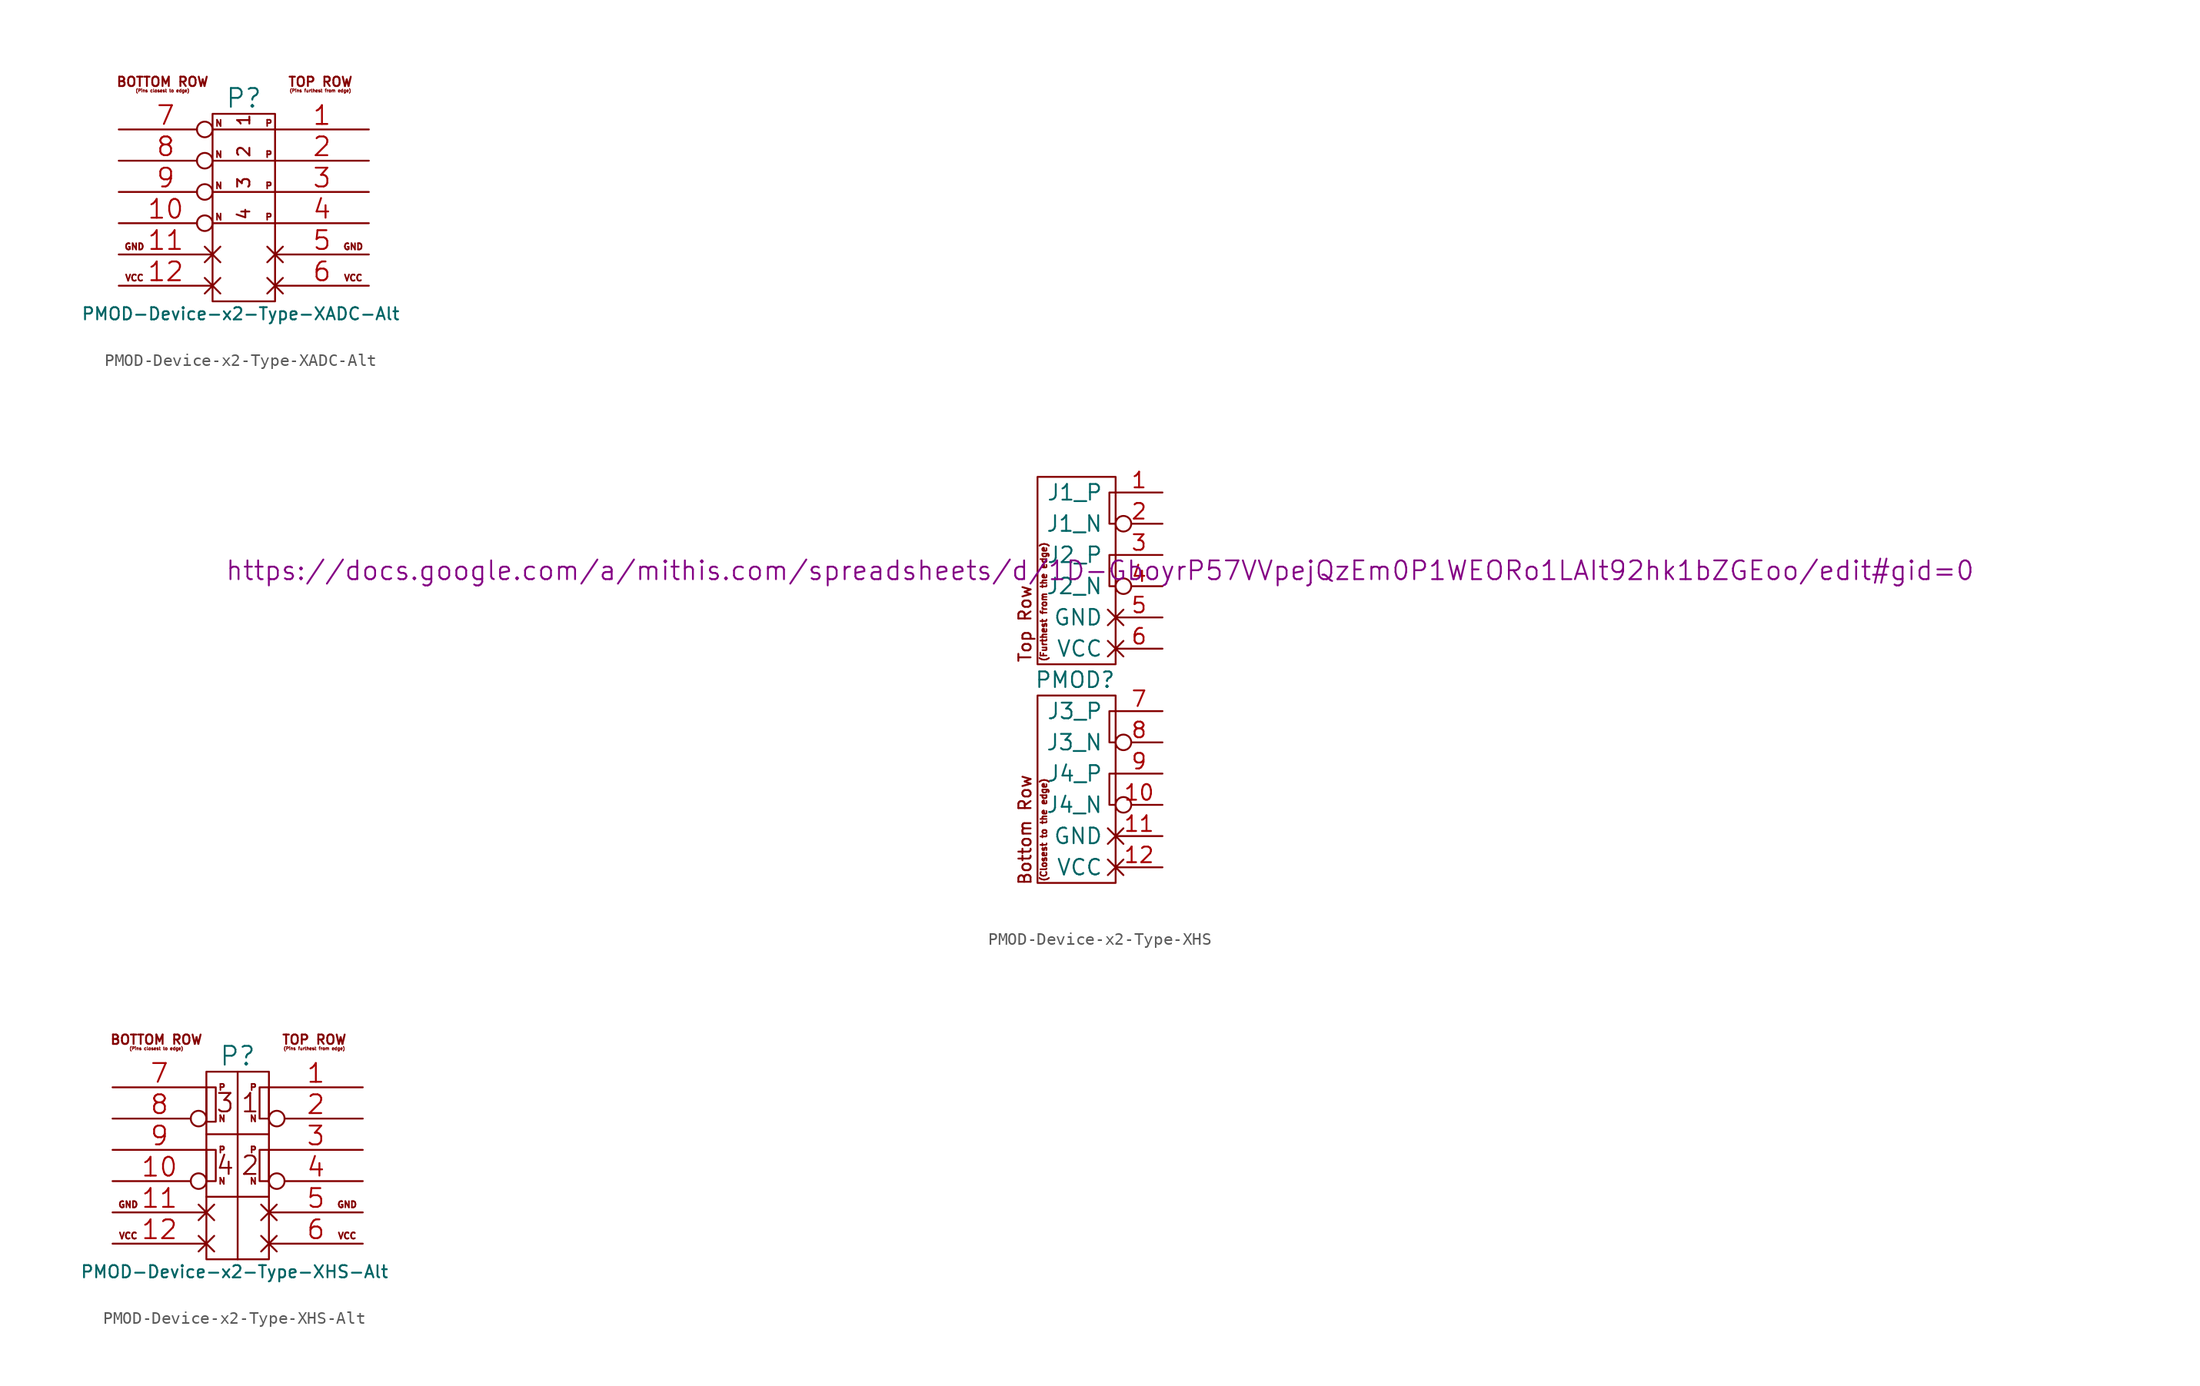
<source format=kicad_sym>
(kicad_symbol_lib
  (version 20211014)
  (generator kicad_symbol_editor)
  (symbol "PMOD-Device-x2-Type-XADC-Alt"
    (pin_names
      (offset 1.016) hide)
    (property "Reference" "P"
      (at 2.54 16.51 0)
      (effects (font (size 1.524 1.524))))
    (property "Value" "PMOD-Device-x2-Type-XADC-Alt"
      (at 2.286 -1.016 0)
      (effects (font (size 0.991 0.991))))
    (property "Datasheet" ""
      (at 2.54 7.62 0)
      (effects (font (size 1.524 1.524))))
    (symbol "PMOD-Device-x2-Type-XADC-Alt_0_0"
      (polyline (pts (xy 0 13.97) (xy 5.08 13.97)) (stroke (width 0) (type default) (color 0 0 0 0)) (fill (type none)))
      (polyline (pts (xy 5.08 6.35) (xy 0 6.35)) (stroke (width 0) (type default) (color 0 0 0 0)) (fill (type none)))
      (polyline (pts (xy 5.08 8.89) (xy 0 8.89)) (stroke (width 0) (type default) (color 0 0 0 0)) (fill (type none)))
      (polyline (pts (xy 5.08 11.43) (xy 0 11.43)) (stroke (width 0) (type default) (color 0 0 0 0)) (fill (type none)))
      (text "(Pins closest to edge)" (at -4.064 17.272 0) (effects (font (size 0.254 0.254)) (justify top)))
      (text "(Pins furthest from edge)" (at 8.763 17.272 0) (effects (font (size 0.254 0.254)) (justify top)))
      (text "1" (at 2.54 14.732 900) (effects (font (size 0.991 0.991))))
      (text "3" (at 2.54 9.652 900) (effects (font (size 0.991 0.991))))
      (text "4" (at 2.54 7.112 900) (effects (font (size 0.991 0.991))))
      (text "BOTTOM ROW" (at -4.064 18.288 0) (effects (font (size 0.762 0.762)) (justify top)))
      (text "GND" (at -6.35 4.445 0) (effects (font (size 0.508 0.508))))
      (text "GND" (at 11.43 4.445 0) (effects (font (size 0.508 0.508))))
      (text "N" (at 0.508 6.858 0) (effects (font (size 0.508 0.508))))
      (text "N" (at 0.508 9.398 0) (effects (font (size 0.508 0.508))))
      (text "N" (at 0.508 11.938 0) (effects (font (size 0.508 0.508))))
      (text "N" (at 0.508 14.478 0) (effects (font (size 0.508 0.508))))
      (text "P" (at 4.572 6.858 0) (effects (font (size 0.508 0.508))))
      (text "P" (at 4.572 9.398 0) (effects (font (size 0.508 0.508))))
      (text "P" (at 4.572 11.938 0) (effects (font (size 0.508 0.508))))
      (text "P" (at 4.572 14.478 0) (effects (font (size 0.508 0.508))))
      (text "TOP ROW" (at 8.763 18.288 0) (effects (font (size 0.762 0.762)) (justify top)))
      (text "VCC" (at -6.35 1.905 0) (effects (font (size 0.508 0.508))))
      (text "VCC" (at 11.43 1.905 0) (effects (font (size 0.508 0.508)))))
    (symbol "PMOD-Device-x2-Type-XADC-Alt_0_1"
      (rectangle (start 5.08 15.24) (end 0 0) (stroke (width 0) (type default) (color 0 0 0 0)) (fill (type none))))
    (symbol "PMOD-Device-x2-Type-XADC-Alt_1_0"
      (text "2" (at 2.54 12.192 900) (effects (font (size 0.991 0.991)))))
    (symbol "PMOD-Device-x2-Type-XADC-Alt_1_1"
      (pin passive line (at 12.7 13.97 180) (length 7.62) (name "JA1_P" (effects (font (size 1.524 1.524)))) (number "1" (effects (font (size 1.524 1.524)))))
      (pin passive inverted (at -7.62 6.35 0) (length 7.62) (name "JA4_N" (effects (font (size 1.524 1.524)))) (number "10" (effects (font (size 1.524 1.524)))))
      (pin passive non_logic (at -7.62 3.81 0) (length 7.62) (name "P11" (effects (font (size 1.524 1.524)))) (number "11" (effects (font (size 1.524 1.524)))))
      (pin passive non_logic (at -7.62 1.27 0) (length 7.62) (name "P12" (effects (font (size 1.524 1.524)))) (number "12" (effects (font (size 1.524 1.524)))))
      (pin passive line (at 12.7 11.43 180) (length 7.62) (name "JA2_P" (effects (font (size 1.524 1.524)))) (number "2" (effects (font (size 1.524 1.524)))))
      (pin passive line (at 12.7 8.89 180) (length 7.62) (name "JA3_P" (effects (font (size 1.524 1.524)))) (number "3" (effects (font (size 1.524 1.524)))))
      (pin passive line (at 12.7 6.35 180) (length 7.62) (name "JA4_P" (effects (font (size 1.524 1.524)))) (number "4" (effects (font (size 1.524 1.524)))))
      (pin passive non_logic (at 12.7 3.81 180) (length 7.62) (name "P5" (effects (font (size 1.524 1.524)))) (number "5" (effects (font (size 1.524 1.524)))))
      (pin passive non_logic (at 12.7 1.27 180) (length 7.62) (name "P6" (effects (font (size 1.524 1.524)))) (number "6" (effects (font (size 1.524 1.524)))))
      (pin passive inverted (at -7.62 13.97 0) (length 7.62) (name "JA1_N" (effects (font (size 1.524 1.524)))) (number "7" (effects (font (size 1.524 1.524)))))
      (pin passive inverted (at -7.62 11.43 0) (length 7.62) (name "JA2_N" (effects (font (size 1.524 1.524)))) (number "8" (effects (font (size 1.524 1.524)))))
      (pin passive inverted (at -7.62 8.89 0) (length 7.62) (name "JA3_N" (effects (font (size 1.524 1.524)))) (number "9" (effects (font (size 1.524 1.524)))))))
  (symbol "PMOD-Device-x2-Type-XHS"
    (pin_names
      (offset 1.016))
    (property "Reference" "PMOD"
      (at -3.302 -1.27 0)
      (effects (font (size 1.27 1.27))))
    (property "Datasheet" "https://docs.google.com/a/mithis.com/spreadsheets/d/1D-GboyrP57VVpejQzEm0P1WEORo1LAIt92hk1bZGEoo/edit#gid=0"
      (at -1.27 7.62 0)
      (effects (font (size 1.524 1.524))))
    (symbol "PMOD-Device-x2-Type-XHS_0_0"
      (text "(Closest to the edge)" (at -5.842 -13.462 900) (effects (font (size 0.508 0.508))))
      (text "(Furthest from the edge)" (at -5.842 5.08 900) (effects (font (size 0.508 0.508))))
      (text "Bottom Row" (at -7.366 -13.462 900) (effects (font (size 0.991 0.991))))
      (text "Top Row" (at -7.366 3.302 900) (effects (font (size 0.991 0.991)))))
    (symbol "PMOD-Device-x2-Type-XHS_0_1"
      (rectangle (start -6.35 -2.54) (end 0 -17.78) (stroke (width 0) (type default) (color 0 0 0 0)) (fill (type none)))
      (polyline (pts (xy 0 -11.43) (xy -0.508 -11.43) (xy -0.508 -8.89) (xy 0 -8.89)) (stroke (width 0) (type default) (color 0 0 0 0)) (fill (type none)))
      (polyline (pts (xy 0 -6.35) (xy -0.508 -6.35) (xy -0.508 -3.81) (xy 0 -3.81)) (stroke (width 0) (type default) (color 0 0 0 0)) (fill (type none)))
      (polyline (pts (xy 0 6.35) (xy -0.508 6.35) (xy -0.508 8.89) (xy 0 8.89)) (stroke (width 0) (type default) (color 0 0 0 0)) (fill (type none)))
      (polyline (pts (xy 0 11.43) (xy -0.508 11.43) (xy -0.508 13.97) (xy 0 13.97)) (stroke (width 0) (type default) (color 0 0 0 0)) (fill (type none)))
      (rectangle (start 0 15.24) (end -6.35 0) (stroke (width 0) (type default) (color 0 0 0 0)) (fill (type none))))
    (symbol "PMOD-Device-x2-Type-XHS_1_1"
      (pin bidirectional line (at 3.81 13.97 180) (length 3.81) (name "J1_P" (effects (font (size 1.27 1.27)))) (number "1" (effects (font (size 1.27 1.27)))))
      (pin bidirectional inverted (at 3.81 -11.43 180) (length 3.81) (name "J4_N" (effects (font (size 1.27 1.27)))) (number "10" (effects (font (size 1.27 1.27)))))
      (pin power_out non_logic (at 3.81 -13.97 180) (length 3.81) (name "GND" (effects (font (size 1.27 1.27)))) (number "11" (effects (font (size 1.27 1.27)))))
      (pin power_out non_logic (at 3.81 -16.51 180) (length 3.81) (name "VCC" (effects (font (size 1.27 1.27)))) (number "12" (effects (font (size 1.27 1.27)))))
      (pin bidirectional inverted (at 3.81 11.43 180) (length 3.81) (name "J1_N" (effects (font (size 1.27 1.27)))) (number "2" (effects (font (size 1.27 1.27)))))
      (pin bidirectional line (at 3.81 8.89 180) (length 3.81) (name "J2_P" (effects (font (size 1.27 1.27)))) (number "3" (effects (font (size 1.27 1.27)))))
      (pin bidirectional inverted (at 3.81 6.35 180) (length 3.81) (name "J2_N" (effects (font (size 1.27 1.27)))) (number "4" (effects (font (size 1.27 1.27)))))
      (pin power_out non_logic (at 3.81 3.81 180) (length 3.81) (name "GND" (effects (font (size 1.27 1.27)))) (number "5" (effects (font (size 1.27 1.27)))))
      (pin power_out non_logic (at 3.81 1.27 180) (length 3.81) (name "VCC" (effects (font (size 1.27 1.27)))) (number "6" (effects (font (size 1.27 1.27)))))
      (pin bidirectional line (at 3.81 -3.81 180) (length 3.81) (name "J3_P" (effects (font (size 1.27 1.27)))) (number "7" (effects (font (size 1.27 1.27)))))
      (pin bidirectional inverted (at 3.81 -6.35 180) (length 3.81) (name "J3_N" (effects (font (size 1.27 1.27)))) (number "8" (effects (font (size 1.27 1.27)))))
      (pin bidirectional line (at 3.81 -8.89 180) (length 3.81) (name "J4_P" (effects (font (size 1.27 1.27)))) (number "9" (effects (font (size 1.27 1.27)))))))
  (symbol "PMOD-Device-x2-Type-XHS-Alt"
    (pin_names
      (offset 1.016) hide)
    (property "Reference" "P"
      (at 2.54 16.51 0)
      (effects (font (size 1.524 1.524))))
    (property "Value" "PMOD-Device-x2-Type-XHS-Alt"
      (at 2.286 -1.016 0)
      (effects (font (size 0.991 0.991))))
    (property "Datasheet" ""
      (at 2.54 7.62 0)
      (effects (font (size 1.524 1.524))))
    (symbol "PMOD-Device-x2-Type-XHS-Alt_0_0"
      (polyline (pts (xy 0 10.16) (xy 5.08 10.16)) (stroke (width 0) (type default) (color 0 0 0 0)) (fill (type none)))
      (polyline (pts (xy 2.54 15.24) (xy 2.54 0)) (stroke (width 0) (type default) (color 0 0 0 0)) (fill (type none)))
      (polyline (pts (xy 5.08 5.08) (xy 0 5.08)) (stroke (width 0) (type default) (color 0 0 0 0)) (fill (type none)))
      (rectangle (start 0 8.89) (end 0.762 6.35) (stroke (width 0) (type default) (color 0 0 0 0)) (fill (type none)))
      (rectangle (start 0 13.97) (end 0.762 11.176) (stroke (width 0) (type default) (color 0 0 0 0)) (fill (type none)))
      (rectangle (start 5.08 8.89) (end 4.318 6.35) (stroke (width 0) (type default) (color 0 0 0 0)) (fill (type none)))
      (rectangle (start 5.08 11.43) (end 4.318 13.97) (stroke (width 0) (type default) (color 0 0 0 0)) (fill (type none)))
      (text "(Pins closest to edge)" (at -4.064 17.272 0) (effects (font (size 0.254 0.254)) (justify top)))
      (text "(Pins furthest from edge)" (at 8.763 17.272 0) (effects (font (size 0.254 0.254)) (justify top)))
      (text "1" (at 3.556 12.7 0) (effects (font (size 1.499 1.499))))
      (text "2" (at 3.556 7.62 0) (effects (font (size 1.499 1.499))))
      (text "3" (at 1.524 12.7 0) (effects (font (size 1.499 1.499))))
      (text "4" (at 1.524 7.62 0) (effects (font (size 1.499 1.499))))
      (text "BOTTOM ROW" (at -4.064 18.288 0) (effects (font (size 0.762 0.762)) (justify top)))
      (text "GND" (at -6.35 4.445 0) (effects (font (size 0.508 0.508))))
      (text "GND" (at 11.43 4.445 0) (effects (font (size 0.508 0.508))))
      (text "N" (at 1.27 6.35 0) (effects (font (size 0.508 0.508))))
      (text "N" (at 1.27 11.43 0) (effects (font (size 0.508 0.508))))
      (text "N" (at 3.81 6.35 0) (effects (font (size 0.508 0.508))))
      (text "N" (at 3.81 11.43 0) (effects (font (size 0.508 0.508))))
      (text "P" (at 1.27 8.89 0) (effects (font (size 0.508 0.508))))
      (text "P" (at 1.27 13.97 0) (effects (font (size 0.508 0.508))))
      (text "P" (at 3.81 8.89 0) (effects (font (size 0.508 0.508))))
      (text "P" (at 3.81 13.97 0) (effects (font (size 0.508 0.508))))
      (text "TOP ROW" (at 8.763 18.288 0) (effects (font (size 0.762 0.762)) (justify top)))
      (text "VCC" (at -6.35 1.905 0) (effects (font (size 0.508 0.508))))
      (text "VCC" (at 11.43 1.905 0) (effects (font (size 0.508 0.508)))))
    (symbol "PMOD-Device-x2-Type-XHS-Alt_0_1"
      (rectangle (start 5.08 15.24) (end 0 0) (stroke (width 0) (type default) (color 0 0 0 0)) (fill (type none))))
    (symbol "PMOD-Device-x2-Type-XHS-Alt_1_1"
      (pin passive line (at 12.7 13.97 180) (length 7.62) (name "JA1_P" (effects (font (size 1.524 1.524)))) (number "1" (effects (font (size 1.524 1.524)))))
      (pin passive inverted (at -7.62 6.35 0) (length 7.62) (name "JA4_N" (effects (font (size 1.524 1.524)))) (number "10" (effects (font (size 1.524 1.524)))))
      (pin passive non_logic (at -7.62 3.81 0) (length 7.62) (name "P11" (effects (font (size 1.524 1.524)))) (number "11" (effects (font (size 1.524 1.524)))))
      (pin passive non_logic (at -7.62 1.27 0) (length 7.62) (name "P12" (effects (font (size 1.524 1.524)))) (number "12" (effects (font (size 1.524 1.524)))))
      (pin passive inverted (at 12.7 11.43 180) (length 7.62) (name "JA1_N" (effects (font (size 1.524 1.524)))) (number "2" (effects (font (size 1.524 1.524)))))
      (pin passive line (at 12.7 8.89 180) (length 7.62) (name "JA2_P" (effects (font (size 1.524 1.524)))) (number "3" (effects (font (size 1.524 1.524)))))
      (pin passive inverted (at 12.7 6.35 180) (length 7.62) (name "JA2_N" (effects (font (size 1.524 1.524)))) (number "4" (effects (font (size 1.524 1.524)))))
      (pin passive non_logic (at 12.7 3.81 180) (length 7.62) (name "P5" (effects (font (size 1.524 1.524)))) (number "5" (effects (font (size 1.524 1.524)))))
      (pin passive non_logic (at 12.7 1.27 180) (length 7.62) (name "P6" (effects (font (size 1.524 1.524)))) (number "6" (effects (font (size 1.524 1.524)))))
      (pin passive line (at -7.62 13.97 0) (length 7.62) (name "JA3_P" (effects (font (size 1.524 1.524)))) (number "7" (effects (font (size 1.524 1.524)))))
      (pin passive inverted (at -7.62 11.43 0) (length 7.62) (name "JA3_N" (effects (font (size 1.524 1.524)))) (number "8" (effects (font (size 1.524 1.524)))))
      (pin passive line (at -7.62 8.89 0) (length 7.62) (name "JA4_P" (effects (font (size 1.524 1.524)))) (number "9" (effects (font (size 1.524 1.524))))))))
</source>
